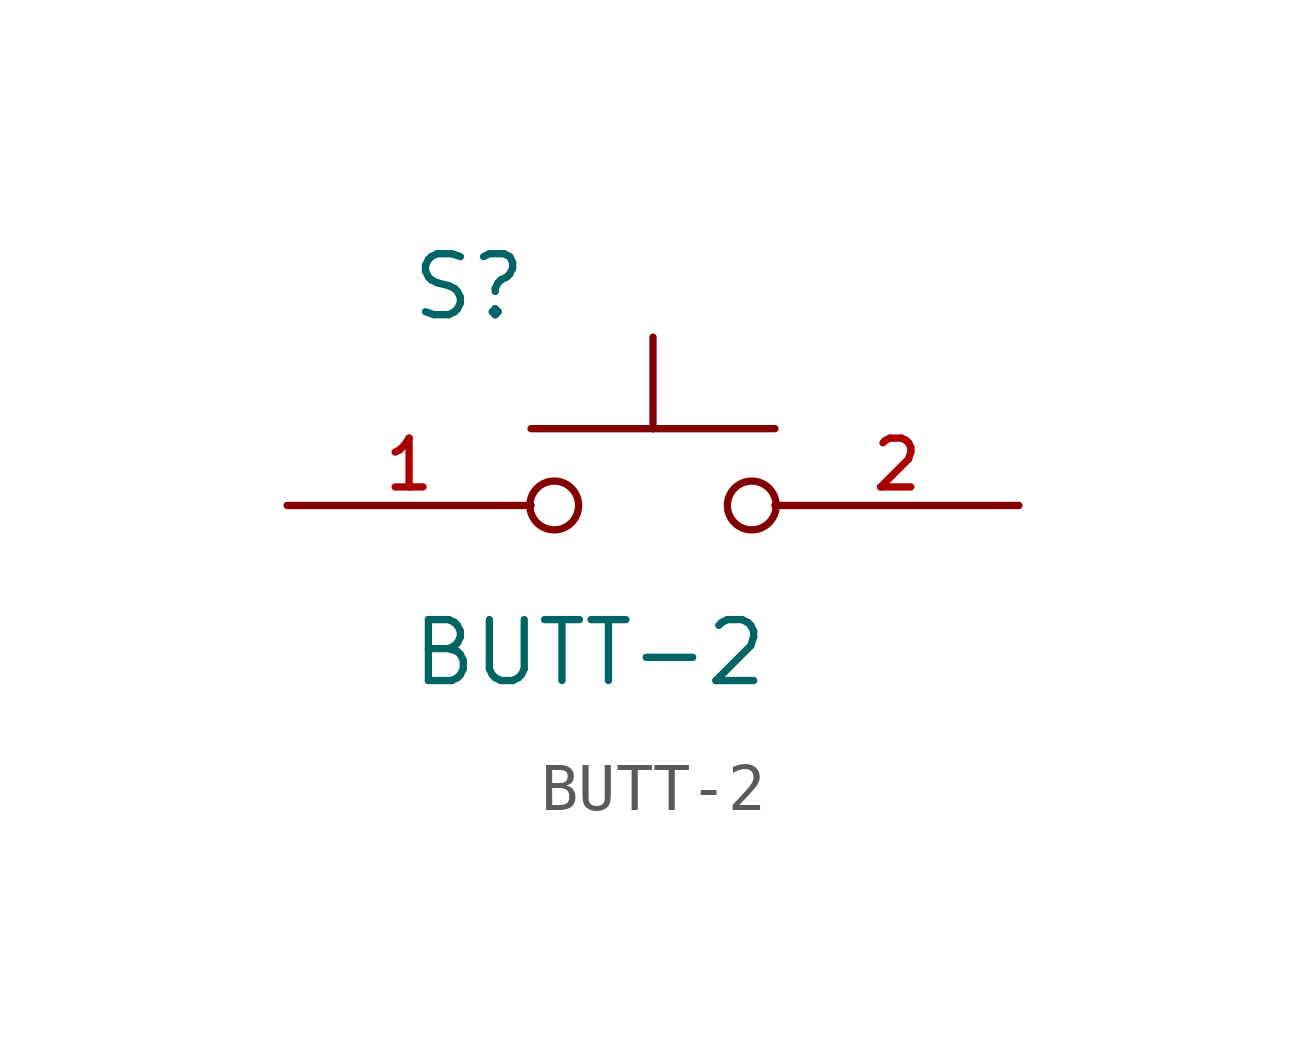
<source format=kicad_sym>
(kicad_symbol_lib
  (version 20211014)
  (generator kicad_symbol_editor)
  (symbol "BUTT-2"
    (pin_names
      (offset 1.016) hide)
    (property "Reference" "S"
      (at -5.08 3.81 0)
      (effects (font (size 1.27 1.27)) (justify left bottom)))
    (property "Value" "BUTT-2"
      (at -5.08 -3.81 0)
      (effects (font (size 1.27 1.27)) (justify left bottom)))
    (property "ki_locked" ""
      (at 0 0 0)
      (effects (font (size 1.27 1.27))))
    (symbol "BUTT-2_0_0"
      (circle (center -2.057 0) (radius 0.508) (stroke (width 0.152) (type default) (color 0 0 0 0)) (fill (type none)))
      (polyline (pts (xy -2.54 1.6) (xy 0 1.6)) (stroke (width 0.152) (type default) (color 0 0 0 0)) (fill (type none)))
      (polyline (pts (xy 0 1.6) (xy 0 3.505)) (stroke (width 0.152) (type default) (color 0 0 0 0)) (fill (type none)))
      (polyline (pts (xy 0 1.6) (xy 2.54 1.6)) (stroke (width 0.152) (type default) (color 0 0 0 0)) (fill (type none)))
      (circle (center 2.057 0) (radius 0.508) (stroke (width 0.152) (type default) (color 0 0 0 0)) (fill (type none)))
      (pin passive line (at -7.62 0 0) (length 5.08) (name "~" (effects (font (size 1.016 1.016)))) (number "1" (effects (font (size 1.016 1.016)))))
      (pin passive line (at 7.62 0 180) (length 5.08) (name "~" (effects (font (size 1.016 1.016)))) (number "2" (effects (font (size 1.016 1.016))))))))
</source>
